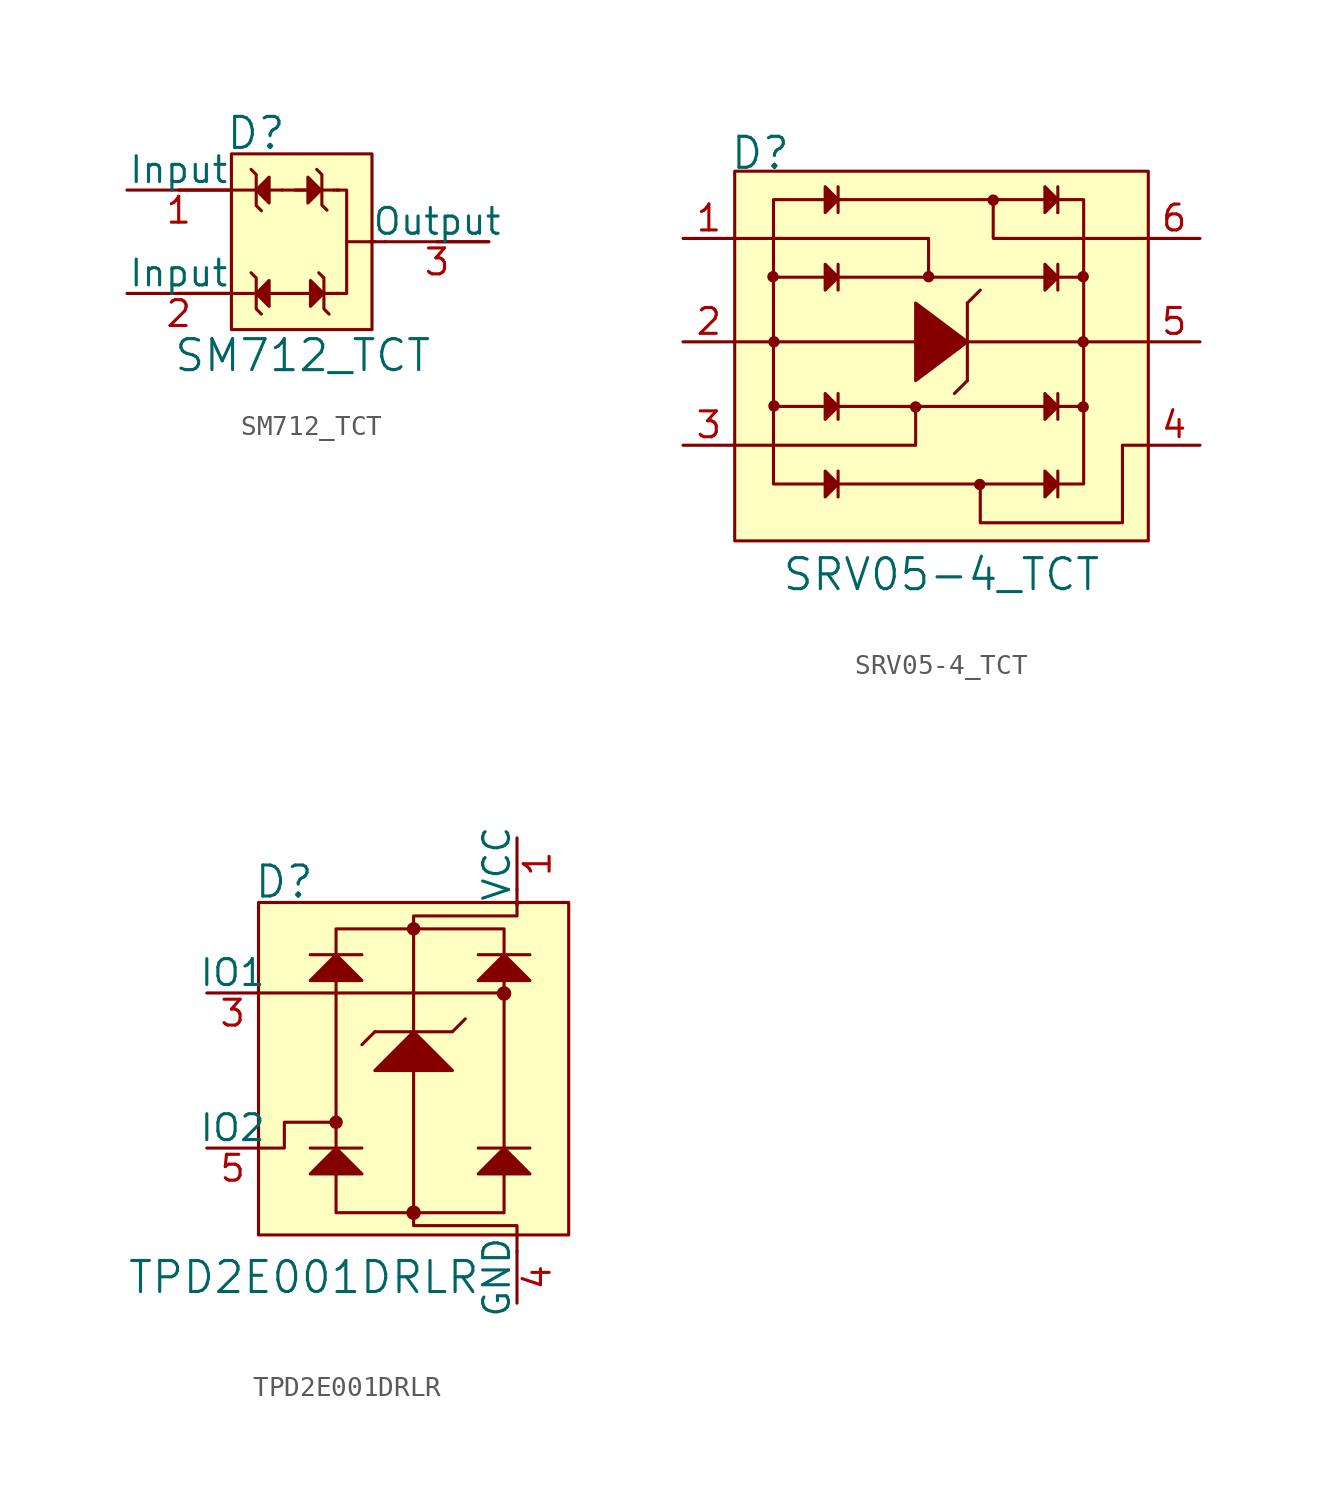
<source format=kicad_sym>
(kicad_symbol_lib
  (version 20211014)
  (generator kicad_symbol_editor)
  (symbol "SM712_TCT"
    (pin_names
      (offset 0))
    (property "Reference" "D"
      (at -4.318 5.334 0)
      (effects (font (size 1.524 1.524)) (justify left)))
    (property "Value" "SM712_TCT"
      (at -0.508 -5.588 0)
      (effects (font (size 1.524 1.524))))
    (symbol "SM712_TCT_0_1"
      (rectangle (start -4.013 4.318) (end 2.896 -4.318) (stroke (width 0) (type default) (color 0 0 0 0)) (fill (type background)))
      (polyline (pts (xy -1.524 -2.54) (xy -6.604 -2.54)) (stroke (width 0) (type default) (color 0 0 0 0)) (fill (type none)))
      (polyline (pts (xy -1.524 2.54) (xy -6.604 2.54)) (stroke (width 0) (type default) (color 0 0 0 0)) (fill (type none)))
      (polyline (pts (xy -0.889 -2.54) (xy -1.524 -2.54)) (stroke (width 0) (type default) (color 0 0 0 0)) (fill (type none)))
      (polyline (pts (xy -0.889 -2.54) (xy 1.016 -2.54)) (stroke (width 0) (type default) (color 0 0 0 0)) (fill (type none)))
      (polyline (pts (xy -0.889 2.54) (xy 1.016 2.54)) (stroke (width 0) (type default) (color 0 0 0 0)) (fill (type none)))
      (polyline (pts (xy -0.254 2.54) (xy -1.524 2.54)) (stroke (width 0) (type default) (color 0 0 0 0)) (fill (type none)))
      (polyline (pts (xy 1.27 -2.54) (xy 1.016 -2.54)) (stroke (width 0) (type default) (color 0 0 0 0)) (fill (type none)))
      (polyline (pts (xy 1.27 2.54) (xy 1.016 2.54)) (stroke (width 0) (type default) (color 0 0 0 0)) (fill (type none)))
      (polyline (pts (xy 3.048 0) (xy 2.794 0)) (stroke (width 0) (type default) (color 0 0 0 0)) (fill (type none)))
      (polyline (pts (xy 3.556 0) (xy 3.048 0)) (stroke (width 0) (type default) (color 0 0 0 0)) (fill (type none)))
      (polyline (pts (xy 8.636 0) (xy 6.096 0)) (stroke (width 0) (type default) (color 0 0 0 0)) (fill (type none)))
      (polyline (pts (xy -2.794 -2.54) (xy -2.794 -3.302) (xy -2.54 -3.556)) (stroke (width 0) (type default) (color 0 0 0 0)) (fill (type none)))
      (polyline (pts (xy -2.794 -2.54) (xy -2.794 -1.778) (xy -3.048 -1.524)) (stroke (width 0) (type default) (color 0 0 0 0)) (fill (type none)))
      (polyline (pts (xy -2.794 2.54) (xy -2.794 1.778) (xy -2.54 1.524)) (stroke (width 0) (type default) (color 0 0 0 0)) (fill (type none)))
      (polyline (pts (xy -2.794 2.54) (xy -2.794 3.302) (xy -3.048 3.556)) (stroke (width 0) (type default) (color 0 0 0 0)) (fill (type none)))
      (polyline (pts (xy 0.432 2.54) (xy 0.432 3.302) (xy 0.178 3.556)) (stroke (width 0) (type default) (color 0 0 0 0)) (fill (type none)))
      (polyline (pts (xy 0.432 2.565) (xy 0.432 1.803) (xy 0.686 1.549)) (stroke (width 0) (type default) (color 0 0 0 0)) (fill (type none)))
      (polyline (pts (xy 0.533 -2.54) (xy 0.533 -3.302) (xy 0.787 -3.556)) (stroke (width 0) (type default) (color 0 0 0 0)) (fill (type none)))
      (polyline (pts (xy 0.533 -2.54) (xy 0.533 -1.778) (xy 0.279 -1.524)) (stroke (width 0) (type default) (color 0 0 0 0)) (fill (type none)))
      (polyline (pts (xy 1.143 2.54) (xy 1.651 2.54) (xy 1.651 0)) (stroke (width 0) (type default) (color 0 0 0 0)) (fill (type none)))
      (polyline (pts (xy -2.794 -2.54) (xy -2.159 -1.905) (xy -2.159 -3.175) (xy -2.794 -2.54)) (stroke (width 0) (type default) (color 0 0 0 0)) (fill (type outline)))
      (polyline (pts (xy -2.794 2.54) (xy -2.159 3.175) (xy -2.159 1.905) (xy -2.794 2.54)) (stroke (width 0) (type default) (color 0 0 0 0)) (fill (type outline)))
      (polyline (pts (xy -0.254 3.175) (xy -0.254 1.905) (xy 0.381 2.54) (xy -0.254 3.175)) (stroke (width 0) (type default) (color 0 0 0 0)) (fill (type outline)))
      (polyline (pts (xy 1.143 -2.54) (xy 1.651 -2.54) (xy 1.651 0) (xy 2.921 0)) (stroke (width 0) (type default) (color 0 0 0 0)) (fill (type none)))
      (polyline (pts (xy -0.127 -2.54) (xy -0.127 -1.905) (xy 0.508 -2.54) (xy -0.127 -3.175) (xy -0.127 -2.54)) (stroke (width 0) (type default) (color 0 0 0 0)) (fill (type outline))))
    (symbol "SM712_TCT_1_1"
      (pin input line (at -9.144 2.54 0) (length 5.08) (name "Input" (effects (font (size 1.27 1.27)))) (number "1" (effects (font (size 1.27 1.27)))))
      (pin input line (at -9.144 -2.54 0) (length 5.08) (name "Input" (effects (font (size 1.27 1.27)))) (number "2" (effects (font (size 1.27 1.27)))))
      (pin output line (at 8.636 0 180) (length 5.08) (name "Output" (effects (font (size 1.27 1.27)))) (number "3" (effects (font (size 1.27 1.27)))))))
  (symbol "SRV05-4_TCT"
    (pin_names
      (offset 1.016))
    (property "Reference" "D"
      (at -10.414 9.271 0)
      (effects (font (size 1.524 1.524)) (justify left)))
    (property "Value" "SRV05-4_TCT"
      (at 0 -11.43 0)
      (effects (font (size 1.524 1.524))))
    (symbol "SRV05-4_TCT_0_1"
      (rectangle (start -10.16 8.382) (end 10.16 -9.779) (stroke (width 0) (type default) (color 0 0 0 0)) (fill (type background)))
      (circle (center -8.28 3.2) (radius 0.203) (stroke (width 0) (type default) (color 0 0 0 0)) (fill (type outline)))
      (circle (center -8.23 -3.15) (radius 0.203) (stroke (width 0) (type default) (color 0 0 0 0)) (fill (type outline)))
      (circle (center -8.23 0) (radius 0.203) (stroke (width 0) (type default) (color 0 0 0 0)) (fill (type outline)))
      (circle (center -1.27 -3.2) (radius 0.203) (stroke (width 0) (type default) (color 0 0 0 0)) (fill (type outline)))
      (circle (center -0.635 3.2) (radius 0.203) (stroke (width 0) (type default) (color 0 0 0 0)) (fill (type outline)))
      (polyline (pts (xy -5.715 -3.175) (xy -8.255 -3.175)) (stroke (width 0) (type default) (color 0 0 0 0)) (fill (type none)))
      (polyline (pts (xy -5.715 3.175) (xy -8.255 3.175)) (stroke (width 0) (type default) (color 0 0 0 0)) (fill (type none)))
      (polyline (pts (xy -5.08 -6.985) (xy 5.08 -6.985)) (stroke (width 0) (type default) (color 0 0 0 0)) (fill (type none)))
      (polyline (pts (xy -5.08 -6.35) (xy -5.08 -7.62)) (stroke (width 0) (type default) (color 0 0 0 0)) (fill (type none)))
      (polyline (pts (xy -5.08 -3.175) (xy 5.08 -3.175)) (stroke (width 0) (type default) (color 0 0 0 0)) (fill (type none)))
      (polyline (pts (xy -5.08 -2.54) (xy -5.08 -3.81)) (stroke (width 0) (type default) (color 0 0 0 0)) (fill (type none)))
      (polyline (pts (xy -5.08 3.175) (xy 5.08 3.175)) (stroke (width 0) (type default) (color 0 0 0 0)) (fill (type none)))
      (polyline (pts (xy -5.08 3.81) (xy -5.08 2.54)) (stroke (width 0) (type default) (color 0 0 0 0)) (fill (type none)))
      (polyline (pts (xy -5.08 6.985) (xy 5.08 6.985)) (stroke (width 0) (type default) (color 0 0 0 0)) (fill (type none)))
      (polyline (pts (xy -5.08 7.62) (xy -5.08 6.35)) (stroke (width 0) (type default) (color 0 0 0 0)) (fill (type none)))
      (polyline (pts (xy 1.27 -1.905) (xy 0.635 -2.54)) (stroke (width 0) (type default) (color 0 0 0 0)) (fill (type none)))
      (polyline (pts (xy 1.27 1.905) (xy 1.27 -1.905)) (stroke (width 0) (type default) (color 0 0 0 0)) (fill (type none)))
      (polyline (pts (xy 1.27 1.905) (xy 1.905 2.54)) (stroke (width 0) (type default) (color 0 0 0 0)) (fill (type none)))
      (polyline (pts (xy 5.715 -6.35) (xy 5.715 -7.62)) (stroke (width 0) (type default) (color 0 0 0 0)) (fill (type none)))
      (polyline (pts (xy 5.715 -3.175) (xy 6.985 -3.175)) (stroke (width 0) (type default) (color 0 0 0 0)) (fill (type none)))
      (polyline (pts (xy 5.715 -2.54) (xy 5.715 -3.81)) (stroke (width 0) (type default) (color 0 0 0 0)) (fill (type none)))
      (polyline (pts (xy 5.715 3.175) (xy 6.985 3.175)) (stroke (width 0) (type default) (color 0 0 0 0)) (fill (type none)))
      (polyline (pts (xy 5.715 3.81) (xy 5.715 2.54)) (stroke (width 0) (type default) (color 0 0 0 0)) (fill (type none)))
      (polyline (pts (xy 5.715 6.35) (xy 5.715 6.35)) (stroke (width 0) (type default) (color 0 0 0 0)) (fill (type none)))
      (polyline (pts (xy 5.715 7.62) (xy 5.715 6.35)) (stroke (width 0) (type default) (color 0 0 0 0)) (fill (type none)))
      (polyline (pts (xy 6.985 0) (xy 1.27 0)) (stroke (width 0) (type default) (color 0 0 0 0)) (fill (type none)))
      (polyline (pts (xy 6.985 3.175) (xy 6.985 3.175)) (stroke (width 0) (type default) (color 0 0 0 0)) (fill (type none)))
      (polyline (pts (xy 10.16 0) (xy 6.985 0)) (stroke (width 0) (type default) (color 0 0 0 0)) (fill (type none)))
      (polyline (pts (xy -10.16 -5.08) (xy -1.27 -5.08) (xy -1.27 -3.175)) (stroke (width 0) (type default) (color 0 0 0 0)) (fill (type none)))
      (polyline (pts (xy -10.16 0) (xy -8.255 0) (xy -1.27 0)) (stroke (width 0) (type default) (color 0 0 0 0)) (fill (type none)))
      (polyline (pts (xy -10.16 5.08) (xy -0.635 5.08) (xy -0.635 3.175)) (stroke (width 0) (type default) (color 0 0 0 0)) (fill (type none)))
      (polyline (pts (xy 10.16 5.08) (xy 2.54 5.08) (xy 2.54 6.985)) (stroke (width 0) (type default) (color 0 0 0 0)) (fill (type none)))
      (polyline (pts (xy -5.715 -6.35) (xy -5.715 -7.62) (xy -5.08 -6.985) (xy -5.715 -6.35)) (stroke (width 0) (type default) (color 0 0 0 0)) (fill (type outline)))
      (polyline (pts (xy -5.715 -2.54) (xy -5.715 -3.81) (xy -5.08 -3.175) (xy -5.715 -2.54)) (stroke (width 0) (type default) (color 0 0 0 0)) (fill (type outline)))
      (polyline (pts (xy -5.715 3.81) (xy -5.715 2.54) (xy -5.08 3.175) (xy -5.715 3.81)) (stroke (width 0) (type default) (color 0 0 0 0)) (fill (type outline)))
      (polyline (pts (xy -5.715 6.985) (xy -8.255 6.985) (xy -8.255 -6.985) (xy -5.715 -6.985)) (stroke (width 0) (type default) (color 0 0 0 0)) (fill (type none)))
      (polyline (pts (xy -5.715 7.62) (xy -5.715 6.35) (xy -5.08 6.985) (xy -5.715 7.62)) (stroke (width 0) (type default) (color 0 0 0 0)) (fill (type outline)))
      (polyline (pts (xy -1.27 1.905) (xy -1.27 -1.905) (xy 1.27 0) (xy -1.27 1.905)) (stroke (width 0) (type default) (color 0 0 0 0)) (fill (type outline)))
      (polyline (pts (xy 5.08 -6.35) (xy 5.08 -7.62) (xy 5.715 -6.985) (xy 5.08 -6.35)) (stroke (width 0) (type default) (color 0 0 0 0)) (fill (type outline)))
      (polyline (pts (xy 5.08 -2.54) (xy 5.08 -3.81) (xy 5.715 -3.175) (xy 5.08 -2.54)) (stroke (width 0) (type default) (color 0 0 0 0)) (fill (type outline)))
      (polyline (pts (xy 5.08 3.81) (xy 5.08 2.54) (xy 5.715 3.175) (xy 5.08 3.81)) (stroke (width 0) (type default) (color 0 0 0 0)) (fill (type outline)))
      (polyline (pts (xy 5.08 7.62) (xy 5.08 6.35) (xy 5.715 6.985) (xy 5.08 7.62)) (stroke (width 0) (type default) (color 0 0 0 0)) (fill (type outline)))
      (polyline (pts (xy 5.715 6.985) (xy 6.985 6.985) (xy 6.985 -6.985) (xy 5.715 -6.985)) (stroke (width 0) (type default) (color 0 0 0 0)) (fill (type none)))
      (polyline (pts (xy 10.16 -5.08) (xy 8.89 -5.08) (xy 8.89 -8.89) (xy 1.905 -8.89) (xy 1.905 -6.985)) (stroke (width 0) (type default) (color 0 0 0 0)) (fill (type none)))
      (circle (center 1.88 -7.01) (radius 0.203) (stroke (width 0) (type default) (color 0 0 0 0)) (fill (type outline)))
      (circle (center 2.54 6.96) (radius 0.203) (stroke (width 0) (type default) (color 0 0 0 0)) (fill (type outline)))
      (circle (center 6.96 -3.2) (radius 0.203) (stroke (width 0) (type default) (color 0 0 0 0)) (fill (type outline)))
      (circle (center 6.96 0) (radius 0.203) (stroke (width 0) (type default) (color 0 0 0 0)) (fill (type outline)))
      (circle (center 6.96 3.2) (radius 0.203) (stroke (width 0) (type default) (color 0 0 0 0)) (fill (type outline))))
    (symbol "SRV05-4_TCT_1_1"
      (pin passive line (at -12.7 5.08 0) (length 2.54) (name "~" (effects (font (size 1.27 1.27)))) (number "1" (effects (font (size 1.27 1.27)))))
      (pin passive line (at -12.7 0 0) (length 2.54) (name "~" (effects (font (size 1.27 1.27)))) (number "2" (effects (font (size 1.27 1.27)))))
      (pin passive line (at -12.7 -5.08 0) (length 2.54) (name "~" (effects (font (size 1.27 1.27)))) (number "3" (effects (font (size 1.27 1.27)))))
      (pin passive line (at 12.7 -5.08 180) (length 2.54) (name "~" (effects (font (size 1.27 1.27)))) (number "4" (effects (font (size 1.27 1.27)))))
      (pin passive line (at 12.7 0 180) (length 2.54) (name "~" (effects (font (size 1.27 1.27)))) (number "5" (effects (font (size 1.27 1.27)))))
      (pin passive line (at 12.7 5.08 180) (length 2.54) (name "~" (effects (font (size 1.27 1.27)))) (number "6" (effects (font (size 1.27 1.27)))))))
  (symbol "TPD2E001DRLR"
    (pin_names
      (offset 0))
    (property "Reference" "D"
      (at -7.874 8.001 0)
      (effects (font (size 1.524 1.524)) (justify left)))
    (property "Value" "TPD2E001DRLR"
      (at 3.302 -11.43 0)
      (effects (font (size 1.524 1.524)) (justify right)))
    (symbol "TPD2E001DRLR_0_1"
      (rectangle (start -7.62 6.985) (end 7.62 -9.347) (stroke (width 0) (type default) (color 0 0 0 0)) (fill (type background)))
      (circle (center -3.81 -3.81) (radius 0.254) (stroke (width 0) (type default) (color 0 0 0 0)) (fill (type outline)))
      (circle (center 0 -8.255) (radius 0.279) (stroke (width 0) (type default) (color 0 0 0 0)) (fill (type outline)))
      (polyline (pts (xy -5.08 -5.08) (xy -2.54 -5.08)) (stroke (width 0) (type default) (color 0 0 0 0)) (fill (type none)))
      (polyline (pts (xy -5.08 4.42) (xy -2.54 4.42)) (stroke (width 0) (type default) (color 0 0 0 0)) (fill (type none)))
      (polyline (pts (xy -3.81 -5.74) (xy -3.81 3.15)) (stroke (width 0) (type default) (color 0 0 0 0)) (fill (type none)))
      (polyline (pts (xy -1.905 0.635) (xy -2.54 0)) (stroke (width 0) (type default) (color 0 0 0 0)) (fill (type none)))
      (polyline (pts (xy -1.905 0.635) (xy 1.905 0.635)) (stroke (width 0) (type default) (color 0 0 0 0)) (fill (type none)))
      (polyline (pts (xy 0 -8.255) (xy 0 -1.27)) (stroke (width 0) (type default) (color 0 0 0 0)) (fill (type none)))
      (polyline (pts (xy 0 -0.025) (xy 0 5.69)) (stroke (width 0) (type default) (color 0 0 0 0)) (fill (type none)))
      (polyline (pts (xy 1.905 0.635) (xy 2.54 1.27)) (stroke (width 0) (type default) (color 0 0 0 0)) (fill (type none)))
      (polyline (pts (xy 3.175 -5.08) (xy 5.715 -5.08)) (stroke (width 0) (type default) (color 0 0 0 0)) (fill (type none)))
      (polyline (pts (xy 3.175 4.42) (xy 5.715 4.42)) (stroke (width 0) (type default) (color 0 0 0 0)) (fill (type none)))
      (polyline (pts (xy 4.445 -5.74) (xy 4.445 3.15)) (stroke (width 0) (type default) (color 0 0 0 0)) (fill (type none)))
      (polyline (pts (xy 4.445 2.54) (xy -7.62 2.54)) (stroke (width 0) (type default) (color 0 0 0 0)) (fill (type none)))
      (polyline (pts (xy 5.08 7.62) (xy 5.08 6.858)) (stroke (width 0) (type default) (color 0 0 0 0)) (fill (type none)))
      (polyline (pts (xy -5.08 -6.35) (xy -2.54 -6.35) (xy -3.81 -5.08) (xy -5.08 -6.35)) (stroke (width 0) (type default) (color 0 0 0 0)) (fill (type outline)))
      (polyline (pts (xy -5.08 3.15) (xy -2.54 3.15) (xy -3.81 4.42) (xy -5.08 3.15)) (stroke (width 0) (type default) (color 0 0 0 0)) (fill (type outline)))
      (polyline (pts (xy -3.81 -3.81) (xy -6.35 -3.81) (xy -6.35 -5.08) (xy -7.62 -5.08)) (stroke (width 0) (type default) (color 0 0 0 0)) (fill (type none)))
      (polyline (pts (xy -1.905 -1.27) (xy 1.905 -1.27) (xy 0 0.635) (xy -1.905 -1.27)) (stroke (width 0) (type default) (color 0 0 0 0)) (fill (type outline)))
      (polyline (pts (xy 0 -8.255) (xy 0 -8.89) (xy 5.08 -8.89) (xy 5.08 -10.16)) (stroke (width 0) (type default) (color 0 0 0 0)) (fill (type none)))
      (polyline (pts (xy 0 5.69) (xy 0 6.325) (xy 5.08 6.325) (xy 5.08 6.96)) (stroke (width 0) (type default) (color 0 0 0 0)) (fill (type none)))
      (polyline (pts (xy 3.175 -6.35) (xy 5.715 -6.35) (xy 4.445 -5.08) (xy 3.175 -6.35)) (stroke (width 0) (type default) (color 0 0 0 0)) (fill (type outline)))
      (polyline (pts (xy 3.175 3.15) (xy 5.715 3.15) (xy 4.445 4.42) (xy 3.175 3.15)) (stroke (width 0) (type default) (color 0 0 0 0)) (fill (type outline)))
      (polyline (pts (xy 4.445 -6.35) (xy 4.445 -8.255) (xy -3.81 -8.255) (xy -3.81 -6.35)) (stroke (width 0) (type default) (color 0 0 0 0)) (fill (type none)))
      (polyline (pts (xy 4.445 4.42) (xy 4.445 5.69) (xy -3.81 5.69) (xy -3.81 4.42)) (stroke (width 0) (type default) (color 0 0 0 0)) (fill (type none)))
      (circle (center 0 5.69) (radius 0.254) (stroke (width 0) (type default) (color 0 0 0 0)) (fill (type outline)))
      (circle (center 4.445 2.515) (radius 0.279) (stroke (width 0) (type default) (color 0 0 0 0)) (fill (type outline))))
    (symbol "TPD2E001DRLR_1_1"
      (pin power_in line (at 5.08 10.16 270) (length 2.54) (name "VCC" (effects (font (size 1.27 1.27)))) (number "1" (effects (font (size 1.27 1.27)))))
      (pin bidirectional line (at -2.54 -10.16 90) (length 2.54) hide (name "N.C." (effects (font (size 1.27 1.27)))) (number "2" (effects (font (size 1.27 1.27)))))
      (pin passive line (at -10.16 2.54 0) (length 2.54) (name "IO1" (effects (font (size 1.27 1.27)))) (number "3" (effects (font (size 1.27 1.27)))))
      (pin power_in line (at 5.08 -12.7 90) (length 2.54) (name "GND" (effects (font (size 1.27 1.27)))) (number "4" (effects (font (size 1.27 1.27)))))
      (pin passive line (at -10.16 -5.08 0) (length 2.54) (name "IO2" (effects (font (size 1.27 1.27)))) (number "5" (effects (font (size 1.27 1.27))))))))
</source>
